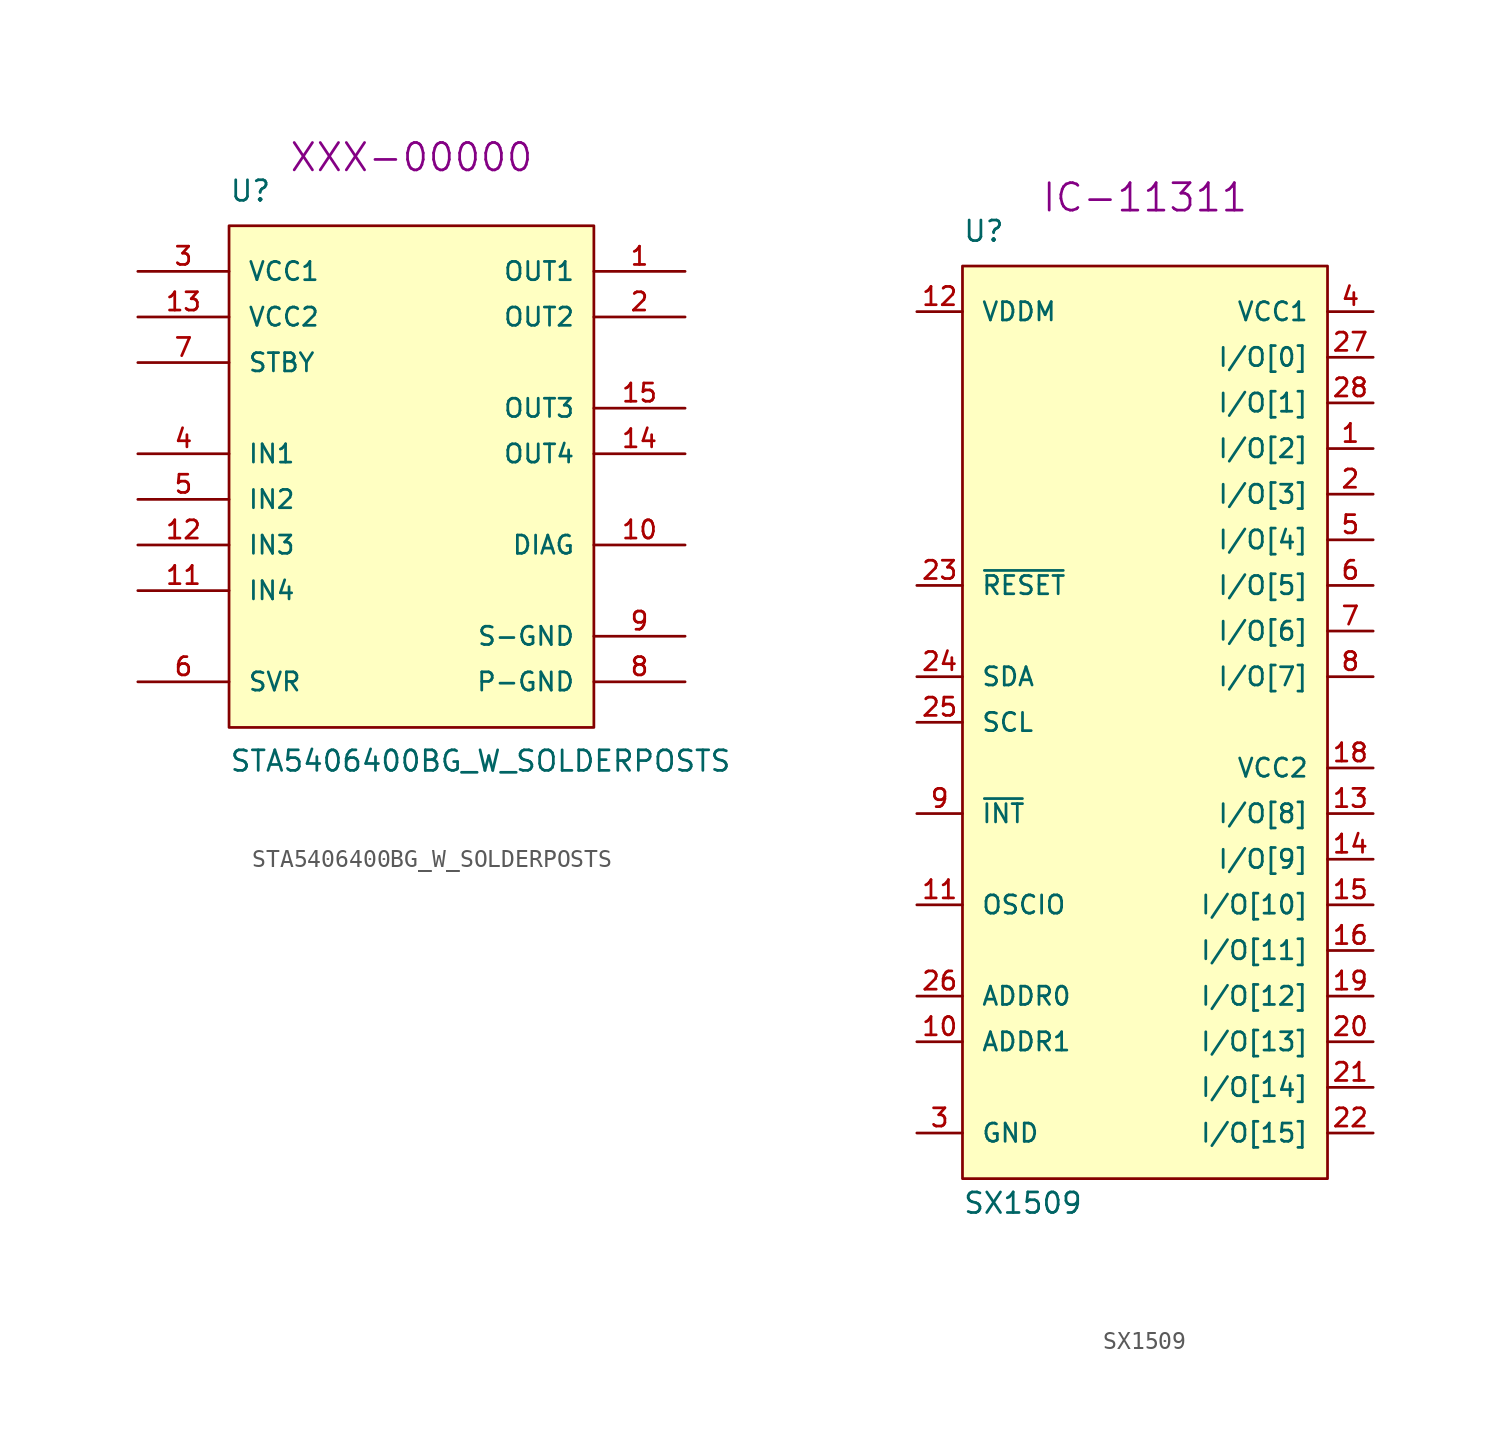
<source format=kicad_sym>
(kicad_symbol_lib
  (version 20201005)
  (generator kicad_symbol_editor)
  (symbol "STA5406400BG_W_SOLDERPOSTS"
    (pin_names
      (offset 1.016))
    (property "Reference" "U"
      (at -10.16 16.51 0)
      (effects (font (size 1.143 1.143)) (justify left bottom)))
    (property "Value" "STA5406400BG_W_SOLDERPOSTS"
      (at -10.16 -15.24 0)
      (effects (font (size 1.143 1.143)) (justify left bottom)))
    (property "Field4" "XXX-00000"
      (at 0 19.05 0)
      (effects (font (size 1.524 1.524))))
    (property "ki_locked" ""
      (at 0 0 0)
      (effects (font (size 1.27 1.27))))
    (symbol "STA5406400BG_W_SOLDERPOSTS_1_1"
      (polyline (pts (xy -10.16 -12.7) (xy 10.16 -12.7) (xy 10.16 15.24) (xy -10.16 15.24) (xy -10.16 -12.7)) (stroke (width 0)) (fill (type background)))
      (pin bidirectional line (at 15.24 12.7 180) (length 5.08) (name "OUT1" (effects (font (size 1.016 1.016)))) (number "1" (effects (font (size 1.016 1.016)))))
      (pin bidirectional line (at 15.24 10.16 180) (length 5.08) (name "OUT2" (effects (font (size 1.016 1.016)))) (number "2" (effects (font (size 1.016 1.016)))))
      (pin bidirectional line (at -15.24 12.7 0) (length 5.08) (name "VCC1" (effects (font (size 1.016 1.016)))) (number "3" (effects (font (size 1.016 1.016)))))
      (pin bidirectional line (at -15.24 2.54 0) (length 5.08) (name "IN1" (effects (font (size 1.016 1.016)))) (number "4" (effects (font (size 1.016 1.016)))))
      (pin bidirectional line (at -15.24 0 0) (length 5.08) (name "IN2" (effects (font (size 1.016 1.016)))) (number "5" (effects (font (size 1.016 1.016)))))
      (pin bidirectional line (at -15.24 -10.16 0) (length 5.08) (name "SVR" (effects (font (size 1.016 1.016)))) (number "6" (effects (font (size 1.016 1.016)))))
      (pin bidirectional line (at -15.24 7.62 0) (length 5.08) (name "STBY" (effects (font (size 1.016 1.016)))) (number "7" (effects (font (size 1.016 1.016)))))
      (pin bidirectional line (at 15.24 -10.16 180) (length 5.08) (name "P-GND" (effects (font (size 1.016 1.016)))) (number "8" (effects (font (size 1.016 1.016)))))
      (pin bidirectional line (at 15.24 -7.62 180) (length 5.08) (name "S-GND" (effects (font (size 1.016 1.016)))) (number "9" (effects (font (size 1.016 1.016)))))
      (pin bidirectional line (at 15.24 -2.54 180) (length 5.08) (name "DIAG" (effects (font (size 1.016 1.016)))) (number "10" (effects (font (size 1.016 1.016)))))
      (pin bidirectional line (at -15.24 -5.08 0) (length 5.08) (name "IN4" (effects (font (size 1.016 1.016)))) (number "11" (effects (font (size 1.016 1.016)))))
      (pin bidirectional line (at -15.24 -2.54 0) (length 5.08) (name "IN3" (effects (font (size 1.016 1.016)))) (number "12" (effects (font (size 1.016 1.016)))))
      (pin bidirectional line (at -15.24 10.16 0) (length 5.08) (name "VCC2" (effects (font (size 1.016 1.016)))) (number "13" (effects (font (size 1.016 1.016)))))
      (pin bidirectional line (at 15.24 2.54 180) (length 5.08) (name "OUT4" (effects (font (size 1.016 1.016)))) (number "14" (effects (font (size 1.016 1.016)))))
      (pin bidirectional line (at 15.24 5.08 180) (length 5.08) (name "OUT3" (effects (font (size 1.016 1.016)))) (number "15" (effects (font (size 1.016 1.016)))))))
  (symbol "SX1509"
    (pin_names
      (offset 1.016))
    (property "Reference" "U"
      (at -10.16 26.67 0)
      (effects (font (size 1.143 1.143)) (justify left bottom)))
    (property "Value" "SX1509"
      (at -10.16 -27.432 0)
      (effects (font (size 1.143 1.143)) (justify left bottom)))
    (property "Field4" "IC-11311"
      (at 0 29.21 0)
      (effects (font (size 1.524 1.524))))
    (property "ki_locked" ""
      (at 0 0 0)
      (effects (font (size 1.27 1.27))))
    (symbol "SX1509_1_1"
      (polyline (pts (xy -10.16 25.4) (xy 10.16 25.4) (xy 10.16 -25.4) (xy -10.16 -25.4) (xy -10.16 25.4)) (stroke (width 0)) (fill (type background)))
      (pin bidirectional line (at 12.7 15.24 180) (length 2.54) (name "I/O[2]" (effects (font (size 1.016 1.016)))) (number "1" (effects (font (size 1.016 1.016)))))
      (pin bidirectional line (at 12.7 12.7 180) (length 2.54) (name "I/O[3]" (effects (font (size 1.016 1.016)))) (number "2" (effects (font (size 1.016 1.016)))))
      (pin bidirectional line (at -12.7 -22.86 0) (length 2.54) (name "GND" (effects (font (size 1.016 1.016)))) (number "3" (effects (font (size 1.016 1.016)))))
      (pin bidirectional line (at 12.7 22.86 180) (length 2.54) (name "VCC1" (effects (font (size 1.016 1.016)))) (number "4" (effects (font (size 1.016 1.016)))))
      (pin bidirectional line (at 12.7 10.16 180) (length 2.54) (name "I/O[4]" (effects (font (size 1.016 1.016)))) (number "5" (effects (font (size 1.016 1.016)))))
      (pin bidirectional line (at 12.7 7.62 180) (length 2.54) (name "I/O[5]" (effects (font (size 1.016 1.016)))) (number "6" (effects (font (size 1.016 1.016)))))
      (pin bidirectional line (at 12.7 5.08 180) (length 2.54) (name "I/O[6]" (effects (font (size 1.016 1.016)))) (number "7" (effects (font (size 1.016 1.016)))))
      (pin bidirectional line (at 12.7 2.54 180) (length 2.54) (name "I/O[7]" (effects (font (size 1.016 1.016)))) (number "8" (effects (font (size 1.016 1.016)))))
      (pin bidirectional line (at -12.7 -5.08 0) (length 2.54) (name "~INT" (effects (font (size 1.016 1.016)))) (number "9" (effects (font (size 1.016 1.016)))))
      (pin bidirectional line (at -12.7 -17.78 0) (length 2.54) (name "ADDR1" (effects (font (size 1.016 1.016)))) (number "10" (effects (font (size 1.016 1.016)))))
      (pin bidirectional line (at 12.7 -17.78 180) (length 2.54) (name "I/O[13]" (effects (font (size 1.016 1.016)))) (number "20" (effects (font (size 1.016 1.016)))))
      (pin bidirectional line (at -12.7 -10.16 0) (length 2.54) (name "OSCIO" (effects (font (size 1.016 1.016)))) (number "11" (effects (font (size 1.016 1.016)))))
      (pin bidirectional line (at 12.7 -20.32 180) (length 2.54) (name "I/O[14]" (effects (font (size 1.016 1.016)))) (number "21" (effects (font (size 1.016 1.016)))))
      (pin bidirectional line (at -12.7 22.86 0) (length 2.54) (name "VDDM" (effects (font (size 1.016 1.016)))) (number "12" (effects (font (size 1.016 1.016)))))
      (pin bidirectional line (at 12.7 -22.86 180) (length 2.54) (name "I/O[15]" (effects (font (size 1.016 1.016)))) (number "22" (effects (font (size 1.016 1.016)))))
      (pin bidirectional line (at 12.7 -5.08 180) (length 2.54) (name "I/O[8]" (effects (font (size 1.016 1.016)))) (number "13" (effects (font (size 1.016 1.016)))))
      (pin bidirectional line (at -12.7 7.62 0) (length 2.54) (name "~RESET" (effects (font (size 1.016 1.016)))) (number "23" (effects (font (size 1.016 1.016)))))
      (pin bidirectional line (at 12.7 -7.62 180) (length 2.54) (name "I/O[9]" (effects (font (size 1.016 1.016)))) (number "14" (effects (font (size 1.016 1.016)))))
      (pin bidirectional line (at -12.7 2.54 0) (length 2.54) (name "SDA" (effects (font (size 1.016 1.016)))) (number "24" (effects (font (size 1.016 1.016)))))
      (pin bidirectional line (at 12.7 -10.16 180) (length 2.54) (name "I/O[10]" (effects (font (size 1.016 1.016)))) (number "15" (effects (font (size 1.016 1.016)))))
      (pin bidirectional line (at -12.7 0 0) (length 2.54) (name "SCL" (effects (font (size 1.016 1.016)))) (number "25" (effects (font (size 1.016 1.016)))))
      (pin bidirectional line (at 12.7 -12.7 180) (length 2.54) (name "I/O[11]" (effects (font (size 1.016 1.016)))) (number "16" (effects (font (size 1.016 1.016)))))
      (pin bidirectional line (at -12.7 -15.24 0) (length 2.54) (name "ADDR0" (effects (font (size 1.016 1.016)))) (number "26" (effects (font (size 1.016 1.016)))))
      (pin bidirectional line (at -12.7 -22.86 0) (length 2.54) hide (name "GND" (effects (font (size 1.016 1.016)))) (number "17" (effects (font (size 1.016 1.016)))))
      (pin bidirectional line (at 12.7 20.32 180) (length 2.54) (name "I/O[0]" (effects (font (size 1.016 1.016)))) (number "27" (effects (font (size 1.016 1.016)))))
      (pin bidirectional line (at 12.7 -2.54 180) (length 2.54) (name "VCC2" (effects (font (size 1.016 1.016)))) (number "18" (effects (font (size 1.016 1.016)))))
      (pin bidirectional line (at 12.7 17.78 180) (length 2.54) (name "I/O[1]" (effects (font (size 1.016 1.016)))) (number "28" (effects (font (size 1.016 1.016)))))
      (pin bidirectional line (at 12.7 -15.24 180) (length 2.54) (name "I/O[12]" (effects (font (size 1.016 1.016)))) (number "19" (effects (font (size 1.016 1.016)))))
      (pin bidirectional line (at -12.7 -22.86 0) (length 2.54) hide (name "GND" (effects (font (size 1.016 1.016)))) (number "29" (effects (font (size 1.016 1.016))))))))
</source>
